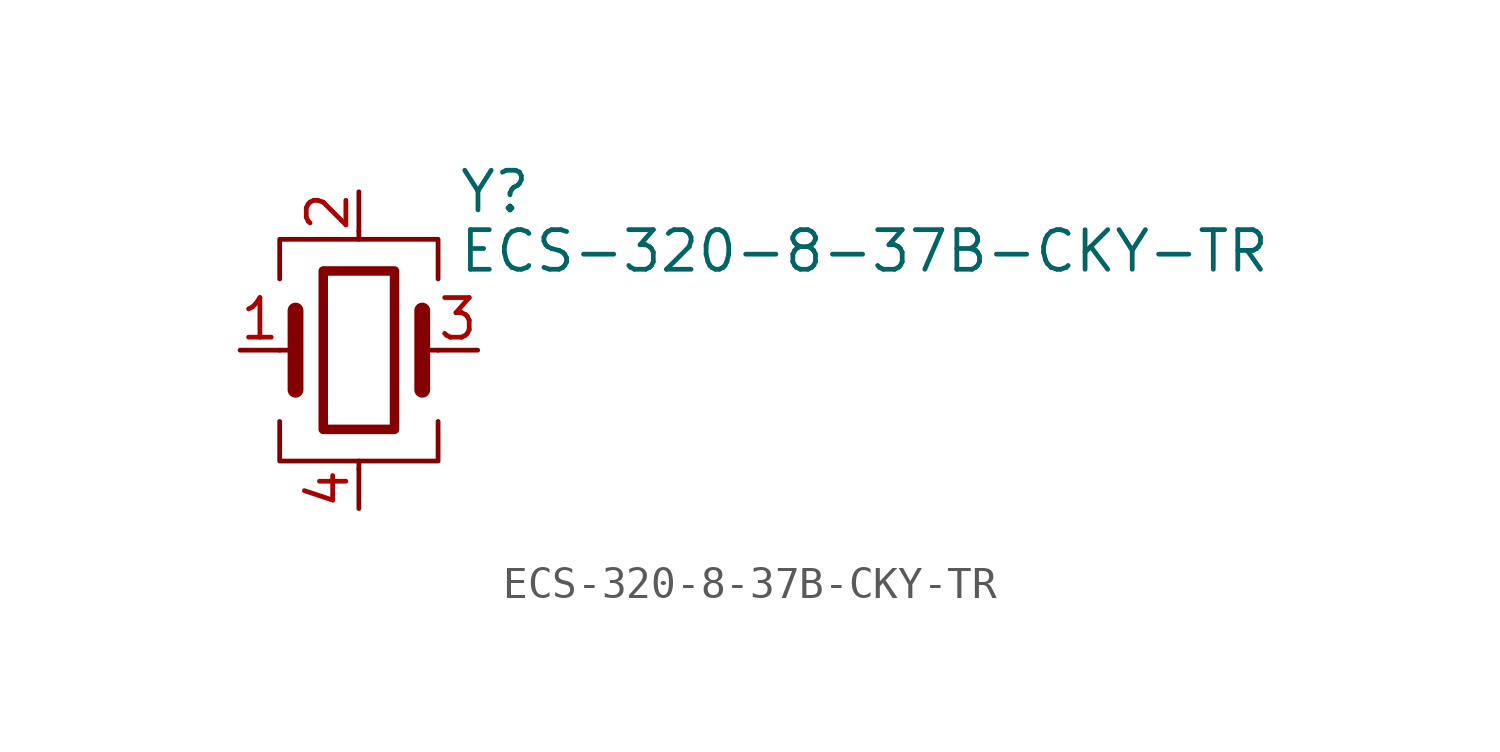
<source format=kicad_sym>
(kicad_symbol_lib
  (version 20211014)
  (generator kicad_symbol_editor)
  (symbol "ECS-320-8-37B-CKY-TR"
    (pin_names
      (offset 1.016) hide)
    (property "Reference" "Y"
      (at 3.175 5.08 0)
      (effects (font (size 1.27 1.27)) (justify left)))
    (property "Value" "ECS-320-8-37B-CKY-TR"
      (at 3.175 3.175 0)
      (effects (font (size 1.27 1.27)) (justify left)))
    (symbol "ECS-320-8-37B-CKY-TR_0_1"
      (rectangle (start -1.143 2.54) (end 1.143 -2.54) (stroke (width 0.305) (type default) (color 0 0 0 0)) (fill (type none)))
      (polyline (pts (xy -2.54 0) (xy -2.032 0)) (stroke (width 0) (type default) (color 0 0 0 0)) (fill (type none)))
      (polyline (pts (xy -2.032 -1.27) (xy -2.032 1.27)) (stroke (width 0.508) (type default) (color 0 0 0 0)) (fill (type none)))
      (polyline (pts (xy 0 -3.81) (xy 0 -3.556)) (stroke (width 0) (type default) (color 0 0 0 0)) (fill (type none)))
      (polyline (pts (xy 0 3.556) (xy 0 3.81)) (stroke (width 0) (type default) (color 0 0 0 0)) (fill (type none)))
      (polyline (pts (xy 2.032 -1.27) (xy 2.032 1.27)) (stroke (width 0.508) (type default) (color 0 0 0 0)) (fill (type none)))
      (polyline (pts (xy 2.032 0) (xy 2.54 0)) (stroke (width 0) (type default) (color 0 0 0 0)) (fill (type none)))
      (polyline (pts (xy -2.54 -2.286) (xy -2.54 -3.556) (xy 2.54 -3.556) (xy 2.54 -2.286)) (stroke (width 0) (type default) (color 0 0 0 0)) (fill (type none)))
      (polyline (pts (xy -2.54 2.286) (xy -2.54 3.556) (xy 2.54 3.556) (xy 2.54 2.286)) (stroke (width 0) (type default) (color 0 0 0 0)) (fill (type none))))
    (symbol "ECS-320-8-37B-CKY-TR_1_1"
      (pin passive line (at -3.81 0 0) (length 1.27) (name "1" (effects (font (size 1.27 1.27)))) (number "1" (effects (font (size 1.27 1.27)))))
      (pin passive line (at 0 5.08 270) (length 1.27) (name "2" (effects (font (size 1.27 1.27)))) (number "2" (effects (font (size 1.27 1.27)))))
      (pin passive line (at 3.81 0 180) (length 1.27) (name "3" (effects (font (size 1.27 1.27)))) (number "3" (effects (font (size 1.27 1.27)))))
      (pin passive line (at 0 -5.08 90) (length 1.27) (name "4" (effects (font (size 1.27 1.27)))) (number "4" (effects (font (size 1.27 1.27))))))))
</source>
